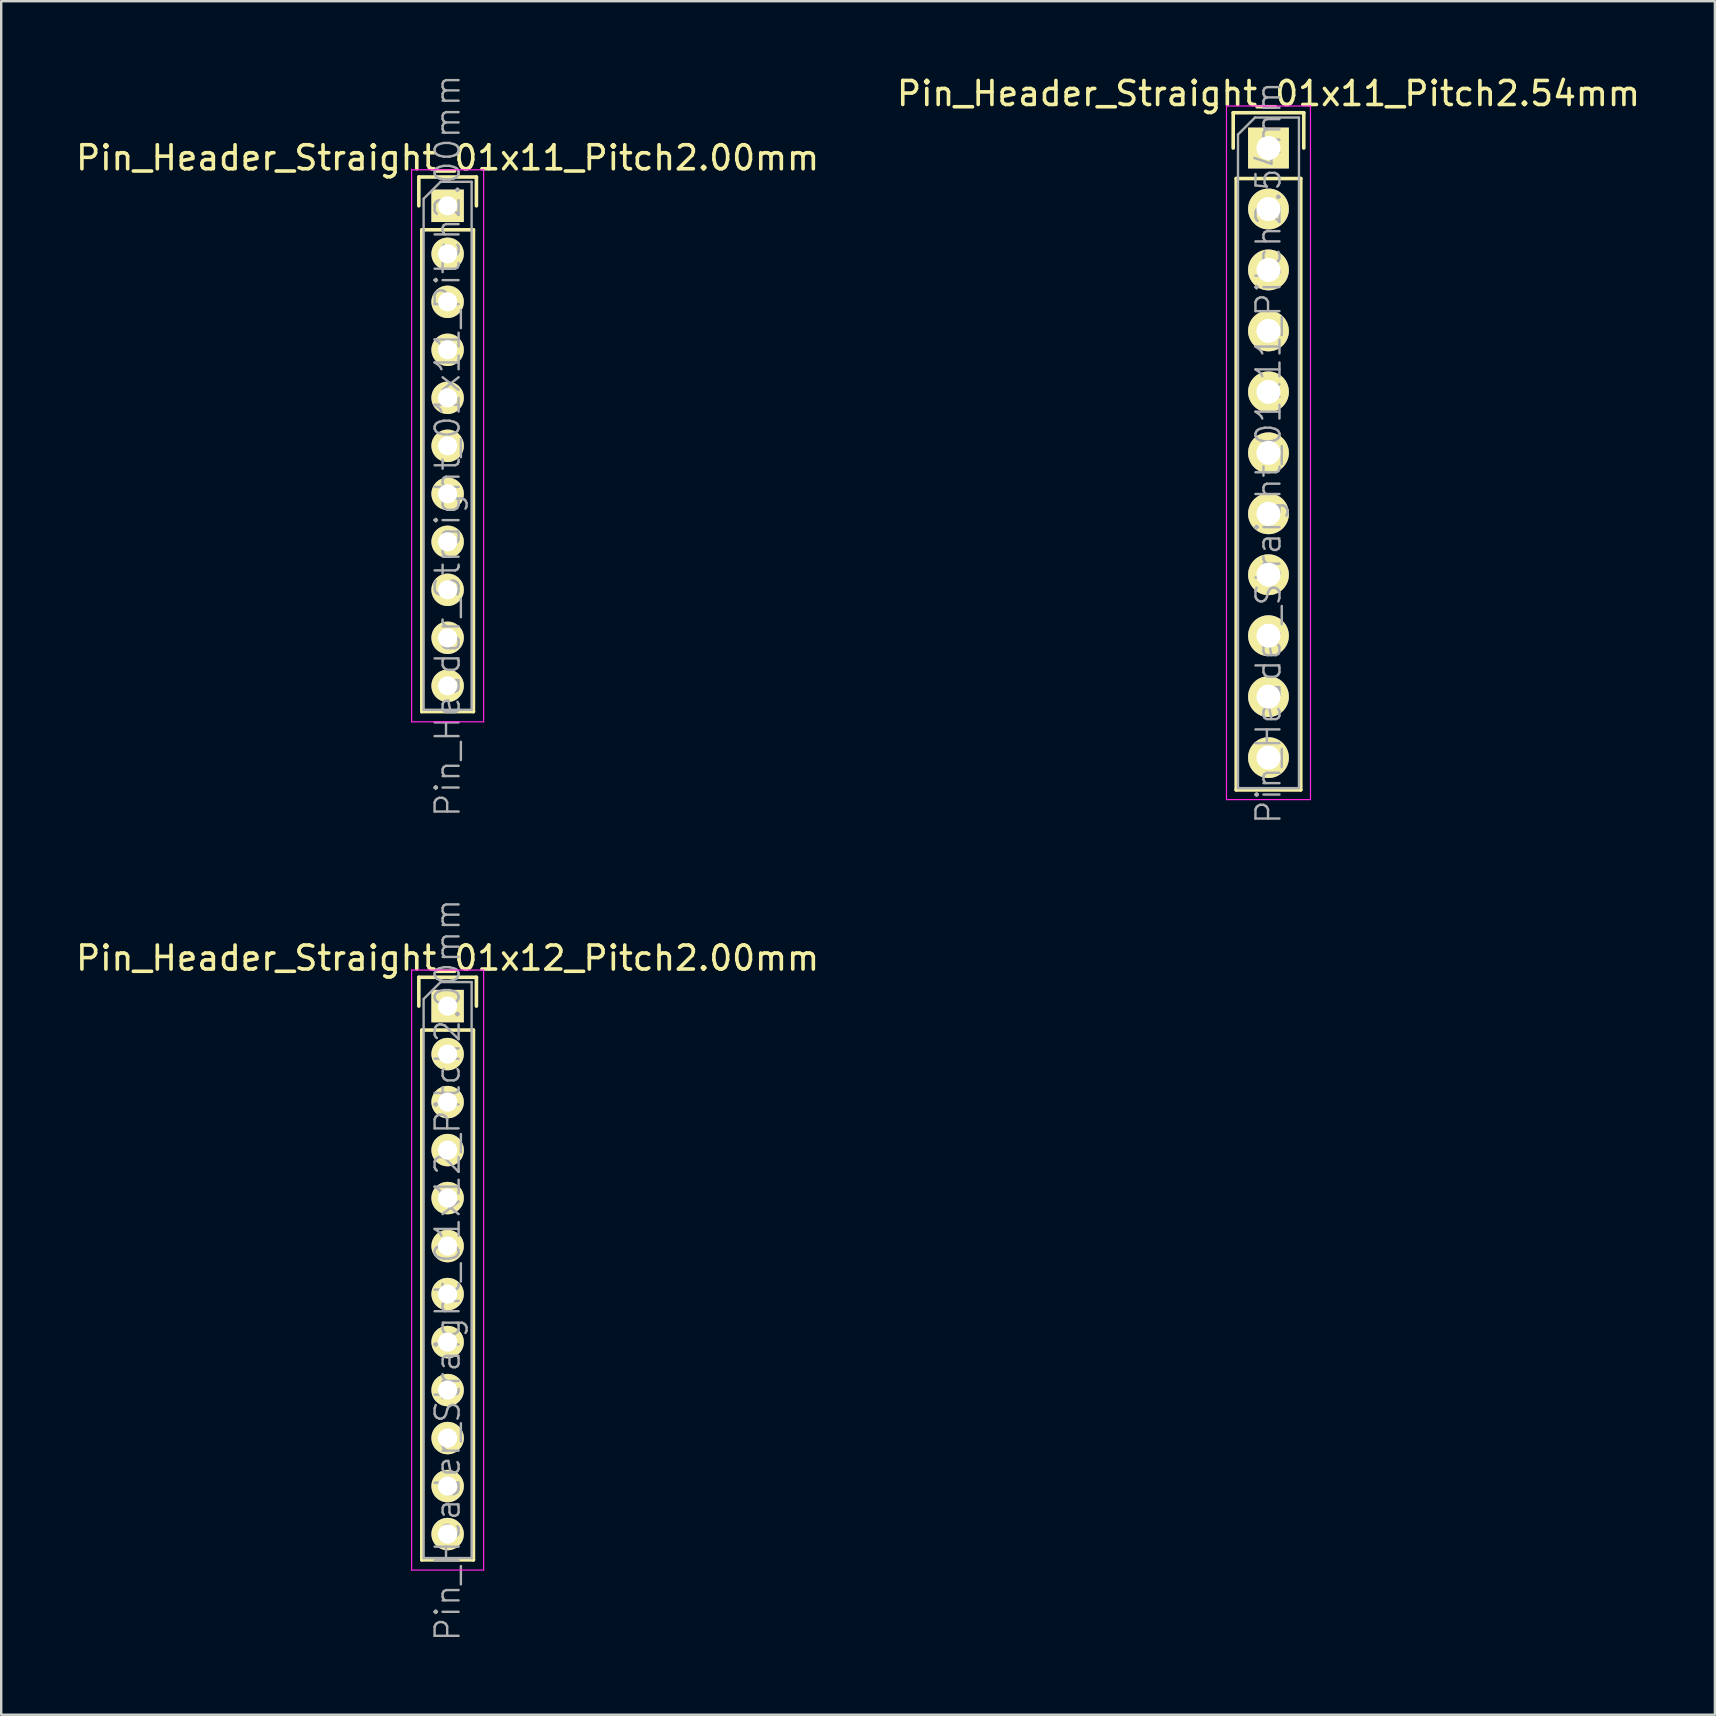
<source format=kicad_pcb>
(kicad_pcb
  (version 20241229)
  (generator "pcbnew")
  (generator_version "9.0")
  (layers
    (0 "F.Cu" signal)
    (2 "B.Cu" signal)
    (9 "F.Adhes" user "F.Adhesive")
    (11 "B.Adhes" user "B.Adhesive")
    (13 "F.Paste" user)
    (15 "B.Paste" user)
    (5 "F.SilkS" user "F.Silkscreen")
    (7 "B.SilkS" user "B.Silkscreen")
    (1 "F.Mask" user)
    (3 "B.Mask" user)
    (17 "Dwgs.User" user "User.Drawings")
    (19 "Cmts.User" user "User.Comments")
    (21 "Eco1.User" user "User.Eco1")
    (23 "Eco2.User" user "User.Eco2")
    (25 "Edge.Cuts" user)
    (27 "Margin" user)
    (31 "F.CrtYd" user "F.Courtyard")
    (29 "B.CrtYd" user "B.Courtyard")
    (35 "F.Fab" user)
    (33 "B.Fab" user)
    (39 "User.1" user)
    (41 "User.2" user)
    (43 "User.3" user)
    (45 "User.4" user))
  (footprint "Pin_Header_Straight_01x12_Pitch2.00mm"
    (layer "F.Cu")
    (at 15.601 38.871)
    (property "Reference" "Pin_Header_Straight_01x12_Pitch2.00mm" (at 0 -2 0) (layer "F.SilkS") (effects (font (size 1 1) (thickness 0.15))))
    (attr smd)
    (fp_line (start -1.2 -1.2) (end -1.2 0) (stroke (width 0.15) (type solid)) (layer "F.SilkS"))
    (fp_line (start -1.2 -1.2) (end 1.2 -1.2) (stroke (width 0.15) (type solid)) (layer "F.SilkS"))
    (fp_line (start -1.075 1) (end -1.075 23.075) (stroke (width 0.15) (type solid)) (layer "F.SilkS"))
    (fp_line (start -1.075 1) (end 1.075 1) (stroke (width 0.15) (type solid)) (layer "F.SilkS"))
    (fp_line (start -1.075 23.075) (end 1.075 23.075) (stroke (width 0.15) (type solid)) (layer "F.SilkS"))
    (fp_line (start 1.075 1) (end 1.075 23.075) (stroke (width 0.15) (type solid)) (layer "F.SilkS"))
    (fp_line (start 1.2 -1.2) (end 1.2 0) (stroke (width 0.15) (type solid)) (layer "F.SilkS"))
    (fp_line (start -1.5 -1.5) (end -1.5 23.5) (stroke (width 0.05) (type solid)) (layer "F.CrtYd"))
    (fp_line (start 1.5 -1.5) (end -1.5 -1.5) (stroke (width 0.05) (type solid)) (layer "F.CrtYd"))
    (fp_line (start 1.5 -1.5) (end 1.5 23.5) (stroke (width 0.05) (type solid)) (layer "F.CrtYd"))
    (fp_line (start 1.5 23.5) (end -1.5 23.5) (stroke (width 0.05) (type solid)) (layer "F.CrtYd"))
    (fp_line (start -1 -0.293) (end -0.293 -1) (stroke (width 0.1) (type solid)) (layer "F.Fab"))
    (fp_line (start -1 23) (end -1 -0.293) (stroke (width 0.1) (type solid)) (layer "F.Fab"))
    (fp_line (start 1 -1) (end -0.293 -1) (stroke (width 0.1) (type solid)) (layer "F.Fab"))
    (fp_line (start 1 23) (end -1 23) (stroke (width 0.1) (type solid)) (layer "F.Fab"))
    (fp_line (start 1 23) (end 1 -1) (stroke (width 0.1) (type solid)) (layer "F.Fab"))
    (fp_text user "${REFERENCE}" (at 0 11 90) (layer "F.Fab") (effects (font (size 1 1) (thickness 0.1))))
    (pad "1" thru_hole rect (at 0 0) (size 1.35 1.35) (drill 0.8) (layers "*.Cu" "*.Mask" "F.SilkS"))
    (pad "2" thru_hole oval (at 0 2) (size 1.35 1.35) (drill 0.8) (layers "*.Cu" "*.Mask" "F.SilkS"))
    (pad "3" thru_hole oval (at 0 4) (size 1.35 1.35) (drill 0.8) (layers "*.Cu" "*.Mask" "F.SilkS"))
    (pad "4" thru_hole oval (at 0 6) (size 1.35 1.35) (drill 0.8) (layers "*.Cu" "*.Mask" "F.SilkS"))
    (pad "5" thru_hole oval (at 0 8) (size 1.35 1.35) (drill 0.8) (layers "*.Cu" "*.Mask" "F.SilkS"))
    (pad "6" thru_hole oval (at 0 10) (size 1.35 1.35) (drill 0.8) (layers "*.Cu" "*.Mask" "F.SilkS"))
    (pad "7" thru_hole oval (at 0 12) (size 1.35 1.35) (drill 0.8) (layers "*.Cu" "*.Mask" "F.SilkS"))
    (pad "8" thru_hole oval (at 0 14) (size 1.35 1.35) (drill 0.8) (layers "*.Cu" "*.Mask" "F.SilkS"))
    (pad "9" thru_hole oval (at 0 16) (size 1.35 1.35) (drill 0.8) (layers "*.Cu" "*.Mask" "F.SilkS"))
    (pad "10" thru_hole oval (at 0 18) (size 1.35 1.35) (drill 0.8) (layers "*.Cu" "*.Mask" "F.SilkS"))
    (pad "11" thru_hole oval (at 0 20) (size 1.35 1.35) (drill 0.8) (layers "*.Cu" "*.Mask" "F.SilkS"))
    (pad "12" thru_hole oval (at 0 22) (size 1.35 1.35) (drill 0.8) (layers "*.Cu" "*.Mask" "F.SilkS")))
  (footprint "Pin_Header_Straight_01x11_Pitch2.00mm"
    (layer "F.Cu")
    (at 15.601 5.526)
    (property "Reference" "Pin_Header_Straight_01x11_Pitch2.00mm" (at 0 -2 0) (layer "F.SilkS") (effects (font (size 1 1) (thickness 0.15))))
    (attr smd)
    (fp_line (start -1.2 -1.2) (end -1.2 0) (stroke (width 0.15) (type solid)) (layer "F.SilkS"))
    (fp_line (start -1.2 -1.2) (end 1.2 -1.2) (stroke (width 0.15) (type solid)) (layer "F.SilkS"))
    (fp_line (start -1.075 1) (end -1.075 21.075) (stroke (width 0.15) (type solid)) (layer "F.SilkS"))
    (fp_line (start -1.075 1) (end 1.075 1) (stroke (width 0.15) (type solid)) (layer "F.SilkS"))
    (fp_line (start -1.075 21.075) (end 1.075 21.075) (stroke (width 0.15) (type solid)) (layer "F.SilkS"))
    (fp_line (start 1.075 1) (end 1.075 21.075) (stroke (width 0.15) (type solid)) (layer "F.SilkS"))
    (fp_line (start 1.2 -1.2) (end 1.2 0) (stroke (width 0.15) (type solid)) (layer "F.SilkS"))
    (fp_line (start -1.5 -1.5) (end -1.5 21.5) (stroke (width 0.05) (type solid)) (layer "F.CrtYd"))
    (fp_line (start 1.5 -1.5) (end -1.5 -1.5) (stroke (width 0.05) (type solid)) (layer "F.CrtYd"))
    (fp_line (start 1.5 -1.5) (end 1.5 21.5) (stroke (width 0.05) (type solid)) (layer "F.CrtYd"))
    (fp_line (start 1.5 21.5) (end -1.5 21.5) (stroke (width 0.05) (type solid)) (layer "F.CrtYd"))
    (fp_line (start -1 -0.293) (end -0.293 -1) (stroke (width 0.1) (type solid)) (layer "F.Fab"))
    (fp_line (start -1 21) (end -1 -0.293) (stroke (width 0.1) (type solid)) (layer "F.Fab"))
    (fp_line (start 1 -1) (end -0.293 -1) (stroke (width 0.1) (type solid)) (layer "F.Fab"))
    (fp_line (start 1 21) (end -1 21) (stroke (width 0.1) (type solid)) (layer "F.Fab"))
    (fp_line (start 1 21) (end 1 -1) (stroke (width 0.1) (type solid)) (layer "F.Fab"))
    (fp_text user "${REFERENCE}" (at 0 10 90) (layer "F.Fab") (effects (font (size 1 1) (thickness 0.1))))
    (pad "1" thru_hole rect (at 0 0) (size 1.35 1.35) (drill 0.8) (layers "*.Cu" "*.Mask" "F.SilkS"))
    (pad "2" thru_hole oval (at 0 2) (size 1.35 1.35) (drill 0.8) (layers "*.Cu" "*.Mask" "F.SilkS"))
    (pad "3" thru_hole oval (at 0 4) (size 1.35 1.35) (drill 0.8) (layers "*.Cu" "*.Mask" "F.SilkS"))
    (pad "4" thru_hole oval (at 0 6) (size 1.35 1.35) (drill 0.8) (layers "*.Cu" "*.Mask" "F.SilkS"))
    (pad "5" thru_hole oval (at 0 8) (size 1.35 1.35) (drill 0.8) (layers "*.Cu" "*.Mask" "F.SilkS"))
    (pad "6" thru_hole oval (at 0 10) (size 1.35 1.35) (drill 0.8) (layers "*.Cu" "*.Mask" "F.SilkS"))
    (pad "7" thru_hole oval (at 0 12) (size 1.35 1.35) (drill 0.8) (layers "*.Cu" "*.Mask" "F.SilkS"))
    (pad "8" thru_hole oval (at 0 14) (size 1.35 1.35) (drill 0.8) (layers "*.Cu" "*.Mask" "F.SilkS"))
    (pad "9" thru_hole oval (at 0 16) (size 1.35 1.35) (drill 0.8) (layers "*.Cu" "*.Mask" "F.SilkS"))
    (pad "10" thru_hole oval (at 0 18) (size 1.35 1.35) (drill 0.8) (layers "*.Cu" "*.Mask" "F.SilkS"))
    (pad "11" thru_hole oval (at 0 20) (size 1.35 1.35) (drill 0.8) (layers "*.Cu" "*.Mask" "F.SilkS")))
  (footprint "Pin_Header_Straight_01x11_Pitch2.54mm"
    (layer "F.Cu")
    (at 49.804 3.118)
    (property "Reference" "Pin_Header_Straight_01x11_Pitch2.54mm" (at 0 -2.27 0) (layer "F.SilkS") (effects (font (size 1 1) (thickness 0.15))))
    (attr smd)
    (fp_line (start -1.47 -1.47) (end -1.47 0) (stroke (width 0.15) (type solid)) (layer "F.SilkS"))
    (fp_line (start -1.47 -1.47) (end 1.47 -1.47) (stroke (width 0.15) (type solid)) (layer "F.SilkS"))
    (fp_line (start -1.345 1.27) (end -1.345 26.745) (stroke (width 0.15) (type solid)) (layer "F.SilkS"))
    (fp_line (start -1.345 1.27) (end 1.345 1.27) (stroke (width 0.15) (type solid)) (layer "F.SilkS"))
    (fp_line (start -1.345 26.745) (end 1.345 26.745) (stroke (width 0.15) (type solid)) (layer "F.SilkS"))
    (fp_line (start 1.345 1.27) (end 1.345 26.745) (stroke (width 0.15) (type solid)) (layer "F.SilkS"))
    (fp_line (start 1.47 -1.47) (end 1.47 0) (stroke (width 0.15) (type solid)) (layer "F.SilkS"))
    (fp_line (start -1.75 -1.75) (end -1.75 27.15) (stroke (width 0.05) (type solid)) (layer "F.CrtYd"))
    (fp_line (start 1.75 -1.75) (end -1.75 -1.75) (stroke (width 0.05) (type solid)) (layer "F.CrtYd"))
    (fp_line (start 1.75 -1.75) (end 1.75 27.15) (stroke (width 0.05) (type solid)) (layer "F.CrtYd"))
    (fp_line (start 1.75 27.15) (end -1.75 27.15) (stroke (width 0.05) (type solid)) (layer "F.CrtYd"))
    (fp_line (start -1.27 -0.563) (end -0.563 -1.27) (stroke (width 0.1) (type solid)) (layer "F.Fab"))
    (fp_line (start -1.27 26.67) (end -1.27 -0.563) (stroke (width 0.1) (type solid)) (layer "F.Fab"))
    (fp_line (start 1.27 -1.27) (end -0.563 -1.27) (stroke (width 0.1) (type solid)) (layer "F.Fab"))
    (fp_line (start 1.27 26.67) (end -1.27 26.67) (stroke (width 0.1) (type solid)) (layer "F.Fab"))
    (fp_line (start 1.27 26.67) (end 1.27 -1.27) (stroke (width 0.1) (type solid)) (layer "F.Fab"))
    (fp_text user "${REFERENCE}" (at 0 12.7 90) (layer "F.Fab") (effects (font (size 1 1) (thickness 0.1))))
    (pad "1" thru_hole rect (at 0 0) (size 1.7 1.7) (drill 1) (layers "*.Cu" "*.Mask" "F.SilkS"))
    (pad "2" thru_hole oval (at 0 2.54) (size 1.7 1.7) (drill 1) (layers "*.Cu" "*.Mask" "F.SilkS"))
    (pad "3" thru_hole oval (at 0 5.08) (size 1.7 1.7) (drill 1) (layers "*.Cu" "*.Mask" "F.SilkS"))
    (pad "4" thru_hole oval (at 0 7.62) (size 1.7 1.7) (drill 1) (layers "*.Cu" "*.Mask" "F.SilkS"))
    (pad "5" thru_hole oval (at 0 10.16) (size 1.7 1.7) (drill 1) (layers "*.Cu" "*.Mask" "F.SilkS"))
    (pad "6" thru_hole oval (at 0 12.7) (size 1.7 1.7) (drill 1) (layers "*.Cu" "*.Mask" "F.SilkS"))
    (pad "7" thru_hole oval (at 0 15.24) (size 1.7 1.7) (drill 1) (layers "*.Cu" "*.Mask" "F.SilkS"))
    (pad "8" thru_hole oval (at 0 17.78) (size 1.7 1.7) (drill 1) (layers "*.Cu" "*.Mask" "F.SilkS"))
    (pad "9" thru_hole oval (at 0 20.32) (size 1.7 1.7) (drill 1) (layers "*.Cu" "*.Mask" "F.SilkS"))
    (pad "10" thru_hole oval (at 0 22.86) (size 1.7 1.7) (drill 1) (layers "*.Cu" "*.Mask" "F.SilkS"))
    (pad "11" thru_hole oval (at 0 25.4) (size 1.7 1.7) (drill 1) (layers "*.Cu" "*.Mask" "F.SilkS")))
  (gr_rect
    (start -3 -3)
    (end 68.405 68.397)
    (stroke (width 0.1) (type default))
    (fill no)
    (layer "Edge.Cuts")))
</source>
